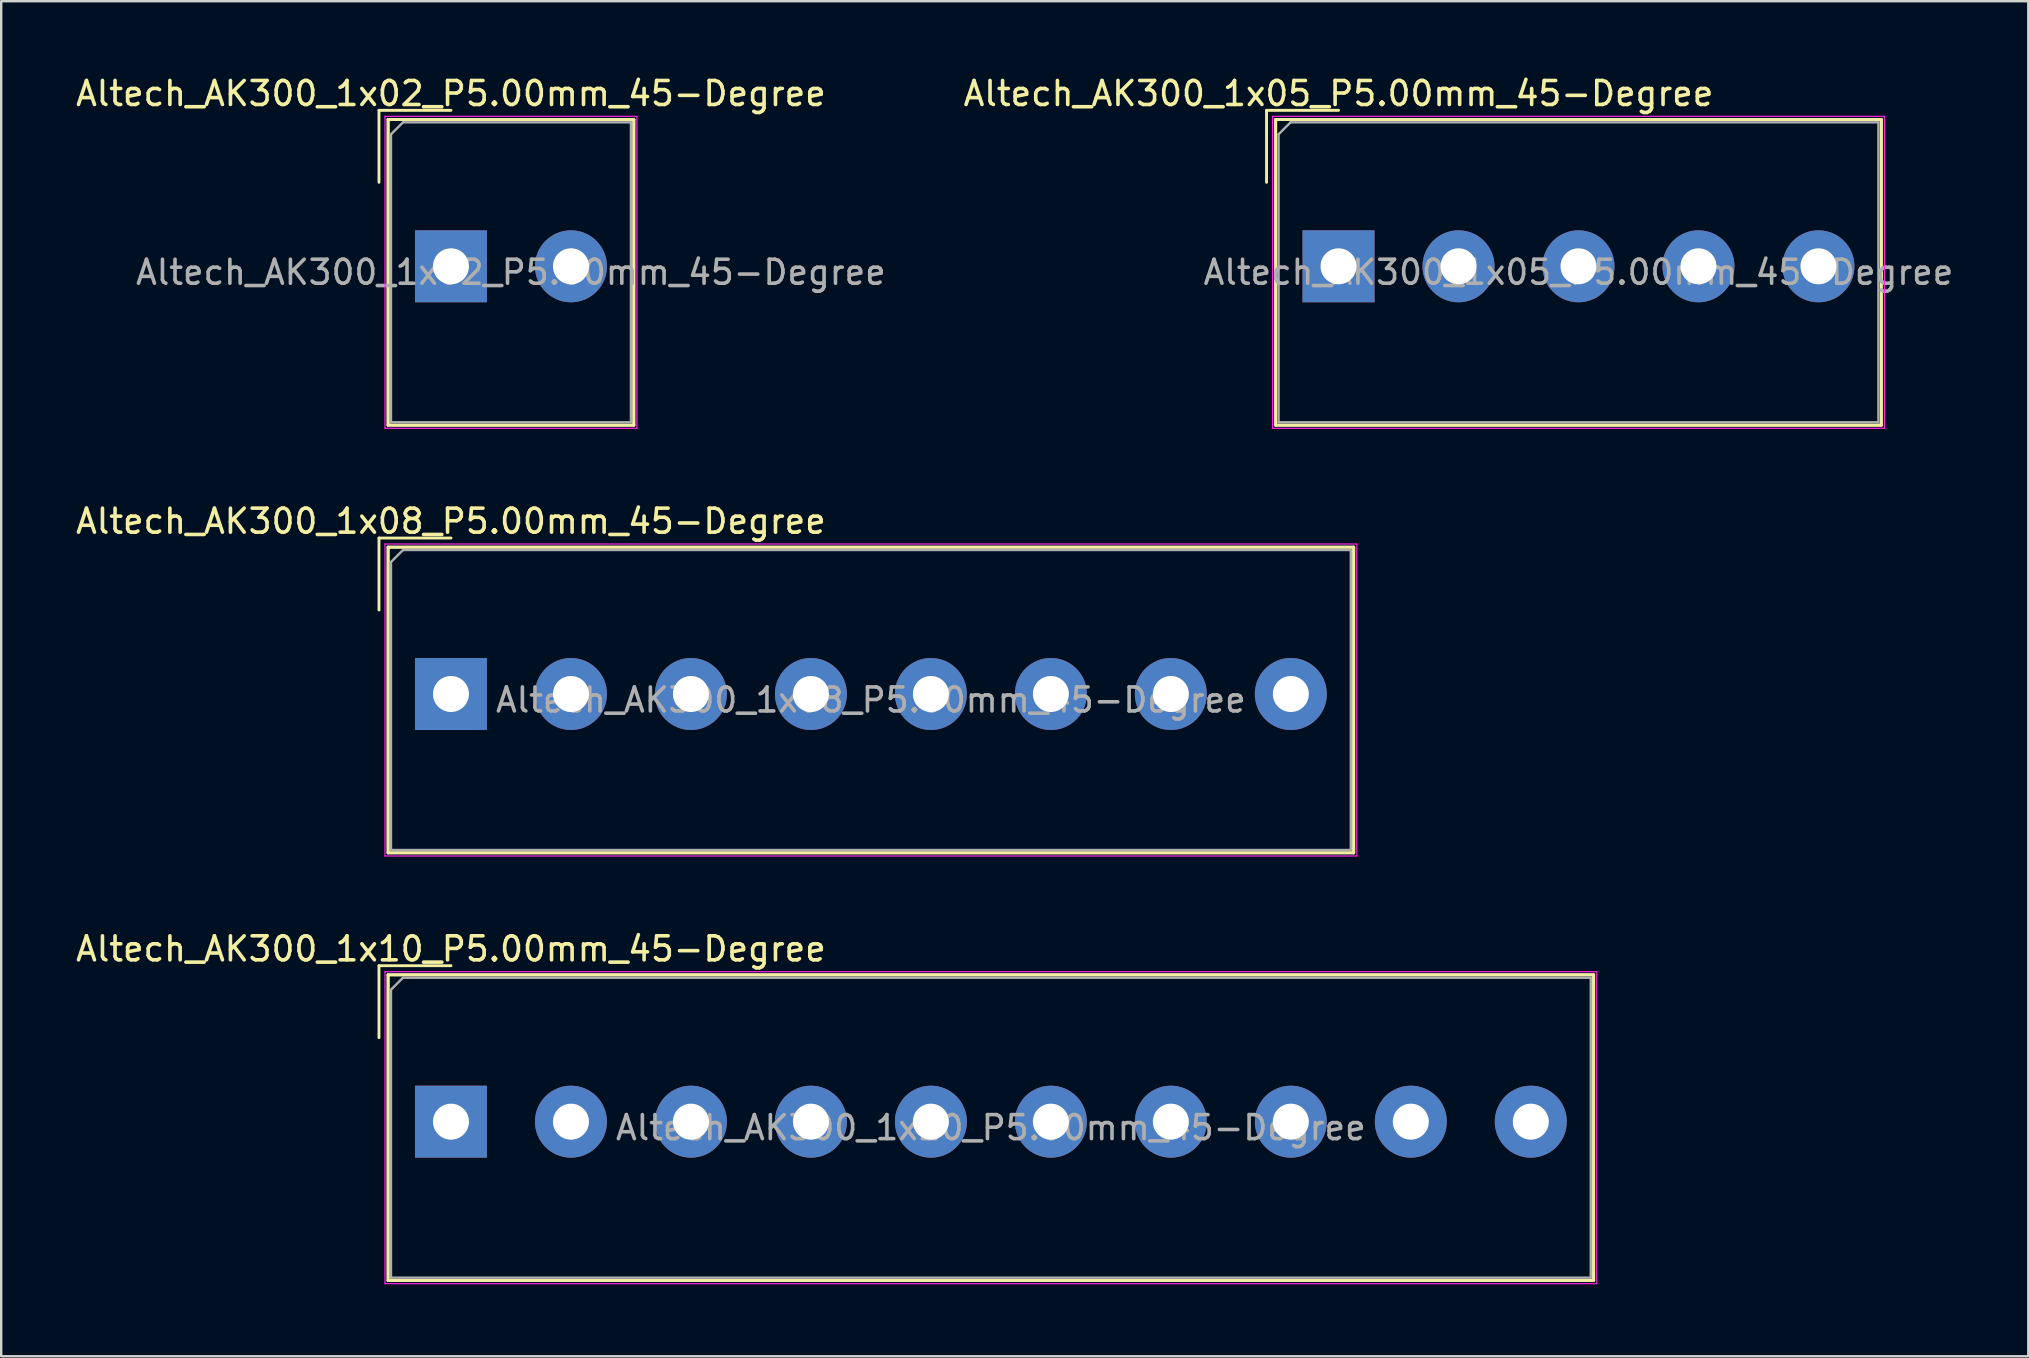
<source format=kicad_pcb>
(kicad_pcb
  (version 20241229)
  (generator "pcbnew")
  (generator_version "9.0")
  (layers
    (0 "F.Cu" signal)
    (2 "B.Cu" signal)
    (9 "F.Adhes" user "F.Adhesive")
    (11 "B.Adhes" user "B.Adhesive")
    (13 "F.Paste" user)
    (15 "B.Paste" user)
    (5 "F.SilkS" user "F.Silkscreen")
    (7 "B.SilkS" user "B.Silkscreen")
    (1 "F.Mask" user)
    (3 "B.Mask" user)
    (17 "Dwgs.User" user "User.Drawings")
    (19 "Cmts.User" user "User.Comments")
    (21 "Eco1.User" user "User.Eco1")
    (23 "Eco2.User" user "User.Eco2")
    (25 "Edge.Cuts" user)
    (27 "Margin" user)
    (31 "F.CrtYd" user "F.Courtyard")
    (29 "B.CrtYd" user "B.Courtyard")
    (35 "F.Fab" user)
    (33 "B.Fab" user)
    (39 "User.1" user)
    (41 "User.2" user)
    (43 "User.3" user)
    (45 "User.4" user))
  (footprint "Altech_AK300_1x08_P5.00mm_45-Degree"
    (layer "F.Cu")
    (at 15.744 25.872)
    (property "Reference" "Altech_AK300_1x08_P5.00mm_45-Degree" (at 0 -7.2 0) (layer "F.SilkS") (effects (font (size 1 1) (thickness 0.15))))
    (attr through_hole)
    (fp_line (start -3 -6.5) (end 0 -6.5) (stroke (width 0.12) (type solid)) (layer "F.SilkS"))
    (fp_line (start -3 -3.5) (end -3 -6.5) (stroke (width 0.12) (type solid)) (layer "F.SilkS"))
    (fp_line (start -2.62 -6.12) (end -2.62 6.62) (stroke (width 0.12) (type solid)) (layer "F.SilkS"))
    (fp_line (start -2.62 -6.12) (end -2.62 6.62) (stroke (width 0.12) (type solid)) (layer "F.SilkS"))
    (fp_line (start -2.62 -6.12) (end 37.62 -6.12) (stroke (width 0.12) (type solid)) (layer "F.SilkS"))
    (fp_line (start -2.62 -6.12) (end 37.62 -6.12) (stroke (width 0.12) (type solid)) (layer "F.SilkS"))
    (fp_line (start -2.62 6.62) (end 37.62 6.62) (stroke (width 0.12) (type solid)) (layer "F.SilkS"))
    (fp_line (start -2.62 6.62) (end 37.62 6.62) (stroke (width 0.12) (type solid)) (layer "F.SilkS"))
    (fp_line (start 37.62 -6.12) (end 37.62 6.62) (stroke (width 0.12) (type solid)) (layer "F.SilkS"))
    (fp_line (start 37.62 -6.12) (end 37.62 6.62) (stroke (width 0.12) (type solid)) (layer "F.SilkS"))
    (fp_line (start -2.75 -6.25) (end -2.75 6.75) (stroke (width 0.05) (type solid)) (layer "F.CrtYd"))
    (fp_line (start -2.75 -6.25) (end 37.75 -6.25) (stroke (width 0.05) (type solid)) (layer "F.CrtYd"))
    (fp_line (start -2.75 6.75) (end 37.75 6.75) (stroke (width 0.05) (type solid)) (layer "F.CrtYd"))
    (fp_line (start 37.75 -6.25) (end 37.75 6.75) (stroke (width 0.05) (type solid)) (layer "F.CrtYd"))
    (fp_line (start -2.5 -5.5) (end -2 -6) (stroke (width 0.1) (type solid)) (layer "F.Fab"))
    (fp_line (start -2.5 6.5) (end -2.5 -5.5) (stroke (width 0.1) (type solid)) (layer "F.Fab"))
    (fp_line (start -2 -6) (end 37.5 -6) (stroke (width 0.1) (type solid)) (layer "F.Fab"))
    (fp_line (start 37.5 -6) (end 37.5 6.5) (stroke (width 0.1) (type solid)) (layer "F.Fab"))
    (fp_line (start 37.5 6.5) (end -2.5 6.5) (stroke (width 0.1) (type solid)) (layer "F.Fab"))
    (fp_text user "${REFERENCE}" (at 17.5 0.25 0) (layer "F.Fab") (effects (font (size 1 1) (thickness 0.15))))
    (pad "1" thru_hole rect (at 0 0) (size 3 3) (drill 1.5) (layers "*.Cu" "*.Mask"))
    (pad "2" thru_hole circle (at 5 0) (size 3 3) (drill 1.5) (layers "*.Cu" "*.Mask"))
    (pad "3" thru_hole circle (at 10 0) (size 3 3) (drill 1.5) (layers "*.Cu" "*.Mask"))
    (pad "4" thru_hole circle (at 15 0) (size 3 3) (drill 1.5) (layers "*.Cu" "*.Mask"))
    (pad "5" thru_hole circle (at 20 0) (size 3 3) (drill 1.5) (layers "*.Cu" "*.Mask"))
    (pad "6" thru_hole circle (at 25 0) (size 3 3) (drill 1.5) (layers "*.Cu" "*.Mask"))
    (pad "7" thru_hole circle (at 30 0) (size 3 3) (drill 1.5) (layers "*.Cu" "*.Mask"))
    (pad "8" thru_hole circle (at 35 0) (size 3 3) (drill 1.5) (layers "*.Cu" "*.Mask")))
  (footprint "Altech_AK300_1x02_P5.00mm_45-Degree"
    (layer "F.Cu")
    (at 15.744 8.048)
    (property "Reference" "Altech_AK300_1x02_P5.00mm_45-Degree" (at 0 -7.2 0) (layer "F.SilkS") (effects (font (size 1 1) (thickness 0.15))))
    (attr through_hole)
    (fp_line (start -3 -6.5) (end 0 -6.5) (stroke (width 0.12) (type solid)) (layer "F.SilkS"))
    (fp_line (start -3 -3.5) (end -3 -6.5) (stroke (width 0.12) (type solid)) (layer "F.SilkS"))
    (fp_line (start -2.62 -6.12) (end -2.62 6.62) (stroke (width 0.12) (type solid)) (layer "F.SilkS"))
    (fp_line (start -2.62 -6.12) (end -2.62 6.62) (stroke (width 0.12) (type solid)) (layer "F.SilkS"))
    (fp_line (start -2.62 -6.12) (end 7.62 -6.12) (stroke (width 0.12) (type solid)) (layer "F.SilkS"))
    (fp_line (start -2.62 -6.12) (end 7.62 -6.12) (stroke (width 0.12) (type solid)) (layer "F.SilkS"))
    (fp_line (start -2.62 6.62) (end 7.62 6.62) (stroke (width 0.12) (type solid)) (layer "F.SilkS"))
    (fp_line (start -2.62 6.62) (end 7.62 6.62) (stroke (width 0.12) (type solid)) (layer "F.SilkS"))
    (fp_line (start 7.62 -6.12) (end 7.62 6.62) (stroke (width 0.12) (type solid)) (layer "F.SilkS"))
    (fp_line (start 7.62 -6.12) (end 7.62 6.62) (stroke (width 0.12) (type solid)) (layer "F.SilkS"))
    (fp_line (start -2.75 -6.25) (end -2.75 6.75) (stroke (width 0.05) (type solid)) (layer "F.CrtYd"))
    (fp_line (start -2.75 -6.25) (end 7.75 -6.25) (stroke (width 0.05) (type solid)) (layer "F.CrtYd"))
    (fp_line (start -2.75 6.75) (end 7.75 6.75) (stroke (width 0.05) (type solid)) (layer "F.CrtYd"))
    (fp_line (start 7.75 -6.25) (end 7.75 6.75) (stroke (width 0.05) (type solid)) (layer "F.CrtYd"))
    (fp_line (start -2.5 -5.5) (end -2 -6) (stroke (width 0.1) (type solid)) (layer "F.Fab"))
    (fp_line (start -2.5 6.5) (end -2.5 -5.5) (stroke (width 0.1) (type solid)) (layer "F.Fab"))
    (fp_line (start -2 -6) (end 7.5 -6) (stroke (width 0.1) (type solid)) (layer "F.Fab"))
    (fp_line (start 7.5 -6) (end 7.5 6.5) (stroke (width 0.1) (type solid)) (layer "F.Fab"))
    (fp_line (start 7.5 6.5) (end -2.5 6.5) (stroke (width 0.1) (type solid)) (layer "F.Fab"))
    (fp_text user "${REFERENCE}" (at 2.5 0.25 0) (layer "F.Fab") (effects (font (size 1 1) (thickness 0.15))))
    (pad "1" thru_hole rect (at 0 0) (size 3 3) (drill 1.5) (layers "*.Cu" "*.Mask"))
    (pad "2" thru_hole circle (at 5 0) (size 3 3) (drill 1.5) (layers "*.Cu" "*.Mask")))
  (footprint "Altech_AK300_1x05_P5.00mm_45-Degree"
    (layer "F.Cu")
    (at 52.732 8.048)
    (property "Reference" "Altech_AK300_1x05_P5.00mm_45-Degree" (at 0 -7.2 0) (layer "F.SilkS") (effects (font (size 1 1) (thickness 0.15))))
    (attr through_hole)
    (fp_line (start -3 -6.5) (end 0 -6.5) (stroke (width 0.12) (type solid)) (layer "F.SilkS"))
    (fp_line (start -3 -3.5) (end -3 -6.5) (stroke (width 0.12) (type solid)) (layer "F.SilkS"))
    (fp_line (start -2.62 -6.12) (end -2.62 6.62) (stroke (width 0.12) (type solid)) (layer "F.SilkS"))
    (fp_line (start -2.62 -6.12) (end -2.62 6.62) (stroke (width 0.12) (type solid)) (layer "F.SilkS"))
    (fp_line (start -2.62 -6.12) (end 22.62 -6.12) (stroke (width 0.12) (type solid)) (layer "F.SilkS"))
    (fp_line (start -2.62 -6.12) (end 22.62 -6.12) (stroke (width 0.12) (type solid)) (layer "F.SilkS"))
    (fp_line (start -2.62 6.62) (end 22.62 6.62) (stroke (width 0.12) (type solid)) (layer "F.SilkS"))
    (fp_line (start -2.62 6.62) (end 22.62 6.62) (stroke (width 0.12) (type solid)) (layer "F.SilkS"))
    (fp_line (start 22.62 -6.12) (end 22.62 6.62) (stroke (width 0.12) (type solid)) (layer "F.SilkS"))
    (fp_line (start 22.62 -6.12) (end 22.62 6.62) (stroke (width 0.12) (type solid)) (layer "F.SilkS"))
    (fp_line (start -2.75 -6.25) (end -2.75 6.75) (stroke (width 0.05) (type solid)) (layer "F.CrtYd"))
    (fp_line (start -2.75 -6.25) (end 22.75 -6.25) (stroke (width 0.05) (type solid)) (layer "F.CrtYd"))
    (fp_line (start -2.75 6.75) (end 22.75 6.75) (stroke (width 0.05) (type solid)) (layer "F.CrtYd"))
    (fp_line (start 22.75 -6.25) (end 22.75 6.75) (stroke (width 0.05) (type solid)) (layer "F.CrtYd"))
    (fp_line (start -2.5 -5.5) (end -2 -6) (stroke (width 0.1) (type solid)) (layer "F.Fab"))
    (fp_line (start -2.5 6.5) (end -2.5 -5.5) (stroke (width 0.1) (type solid)) (layer "F.Fab"))
    (fp_line (start -2 -6) (end 22.5 -6) (stroke (width 0.1) (type solid)) (layer "F.Fab"))
    (fp_line (start 22.5 -6) (end 22.5 6.5) (stroke (width 0.1) (type solid)) (layer "F.Fab"))
    (fp_line (start 22.5 6.5) (end -2.5 6.5) (stroke (width 0.1) (type solid)) (layer "F.Fab"))
    (fp_text user "${REFERENCE}" (at 10 0.25 0) (layer "F.Fab") (effects (font (size 1 1) (thickness 0.15))))
    (pad "1" thru_hole rect (at 0 0) (size 3 3) (drill 1.5) (layers "*.Cu" "*.Mask"))
    (pad "2" thru_hole circle (at 5 0) (size 3 3) (drill 1.5) (layers "*.Cu" "*.Mask"))
    (pad "3" thru_hole circle (at 10 0) (size 3 3) (drill 1.5) (layers "*.Cu" "*.Mask"))
    (pad "4" thru_hole circle (at 15 0) (size 3 3) (drill 1.5) (layers "*.Cu" "*.Mask"))
    (pad "5" thru_hole circle (at 20 0) (size 3 3) (drill 1.5) (layers "*.Cu" "*.Mask")))
  (footprint "Altech_AK300_1x10_P5.00mm_45-Degree"
    (layer "F.Cu")
    (at 15.744 43.695)
    (property "Reference" "Altech_AK300_1x10_P5.00mm_45-Degree" (at 0 -7.2 0) (layer "F.SilkS") (effects (font (size 1 1) (thickness 0.15))))
    (attr through_hole)
    (fp_line (start -3 -6.5) (end 0 -6.5) (stroke (width 0.12) (type solid)) (layer "F.SilkS"))
    (fp_line (start -3 -3.5) (end -3 -6.5) (stroke (width 0.12) (type solid)) (layer "F.SilkS"))
    (fp_line (start -2.62 -6.12) (end -2.62 6.62) (stroke (width 0.12) (type solid)) (layer "F.SilkS"))
    (fp_line (start -2.62 -6.12) (end -2.62 6.62) (stroke (width 0.12) (type solid)) (layer "F.SilkS"))
    (fp_line (start -2.62 -6.12) (end 47.62 -6.12) (stroke (width 0.12) (type solid)) (layer "F.SilkS"))
    (fp_line (start -2.62 -6.12) (end 47.62 -6.12) (stroke (width 0.12) (type solid)) (layer "F.SilkS"))
    (fp_line (start -2.62 6.62) (end 47.62 6.62) (stroke (width 0.12) (type solid)) (layer "F.SilkS"))
    (fp_line (start -2.62 6.62) (end 47.62 6.62) (stroke (width 0.12) (type solid)) (layer "F.SilkS"))
    (fp_line (start 47.62 -6.12) (end 47.62 6.62) (stroke (width 0.12) (type solid)) (layer "F.SilkS"))
    (fp_line (start 47.62 -6.12) (end 47.62 6.62) (stroke (width 0.12) (type solid)) (layer "F.SilkS"))
    (fp_line (start -2.75 -6.25) (end -2.75 6.75) (stroke (width 0.05) (type solid)) (layer "F.CrtYd"))
    (fp_line (start -2.75 -6.25) (end 47.75 -6.25) (stroke (width 0.05) (type solid)) (layer "F.CrtYd"))
    (fp_line (start -2.75 6.75) (end 47.75 6.75) (stroke (width 0.05) (type solid)) (layer "F.CrtYd"))
    (fp_line (start 47.75 -6.25) (end 47.75 6.75) (stroke (width 0.05) (type solid)) (layer "F.CrtYd"))
    (fp_line (start -2.5 -5.5) (end -2 -6) (stroke (width 0.1) (type solid)) (layer "F.Fab"))
    (fp_line (start -2.5 6.5) (end -2.5 -5.5) (stroke (width 0.1) (type solid)) (layer "F.Fab"))
    (fp_line (start -2 -6) (end 47.5 -6) (stroke (width 0.1) (type solid)) (layer "F.Fab"))
    (fp_line (start 47.5 -6) (end 47.5 6.5) (stroke (width 0.1) (type solid)) (layer "F.Fab"))
    (fp_line (start 47.5 6.5) (end -2.5 6.5) (stroke (width 0.1) (type solid)) (layer "F.Fab"))
    (fp_text user "${REFERENCE}" (at 22.5 0.25 0) (layer "F.Fab") (effects (font (size 1 1) (thickness 0.15))))
    (pad "1" thru_hole rect (at 0 0) (size 3 3) (drill 1.5) (layers "*.Cu" "*.Mask"))
    (pad "2" thru_hole circle (at 5 0) (size 3 3) (drill 1.5) (layers "*.Cu" "*.Mask"))
    (pad "3" thru_hole circle (at 10 0) (size 3 3) (drill 1.5) (layers "*.Cu" "*.Mask"))
    (pad "4" thru_hole circle (at 15 0) (size 3 3) (drill 1.5) (layers "*.Cu" "*.Mask"))
    (pad "5" thru_hole circle (at 20 0) (size 3 3) (drill 1.5) (layers "*.Cu" "*.Mask"))
    (pad "6" thru_hole circle (at 25 0) (size 3 3) (drill 1.5) (layers "*.Cu" "*.Mask"))
    (pad "7" thru_hole circle (at 30 0) (size 3 3) (drill 1.5) (layers "*.Cu" "*.Mask"))
    (pad "8" thru_hole circle (at 35 0) (size 3 3) (drill 1.5) (layers "*.Cu" "*.Mask"))
    (pad "9" thru_hole circle (at 40 0) (size 3 3) (drill 1.5) (layers "*.Cu" "*.Mask"))
    (pad "10" thru_hole circle (at 45 0) (size 3 3) (drill 1.5) (layers "*.Cu" "*.Mask")))
  (gr_rect
    (start -3 -3)
    (end 81.476 53.47)
    (stroke (width 0.1) (type default))
    (fill no)
    (layer "Edge.Cuts")))
</source>
